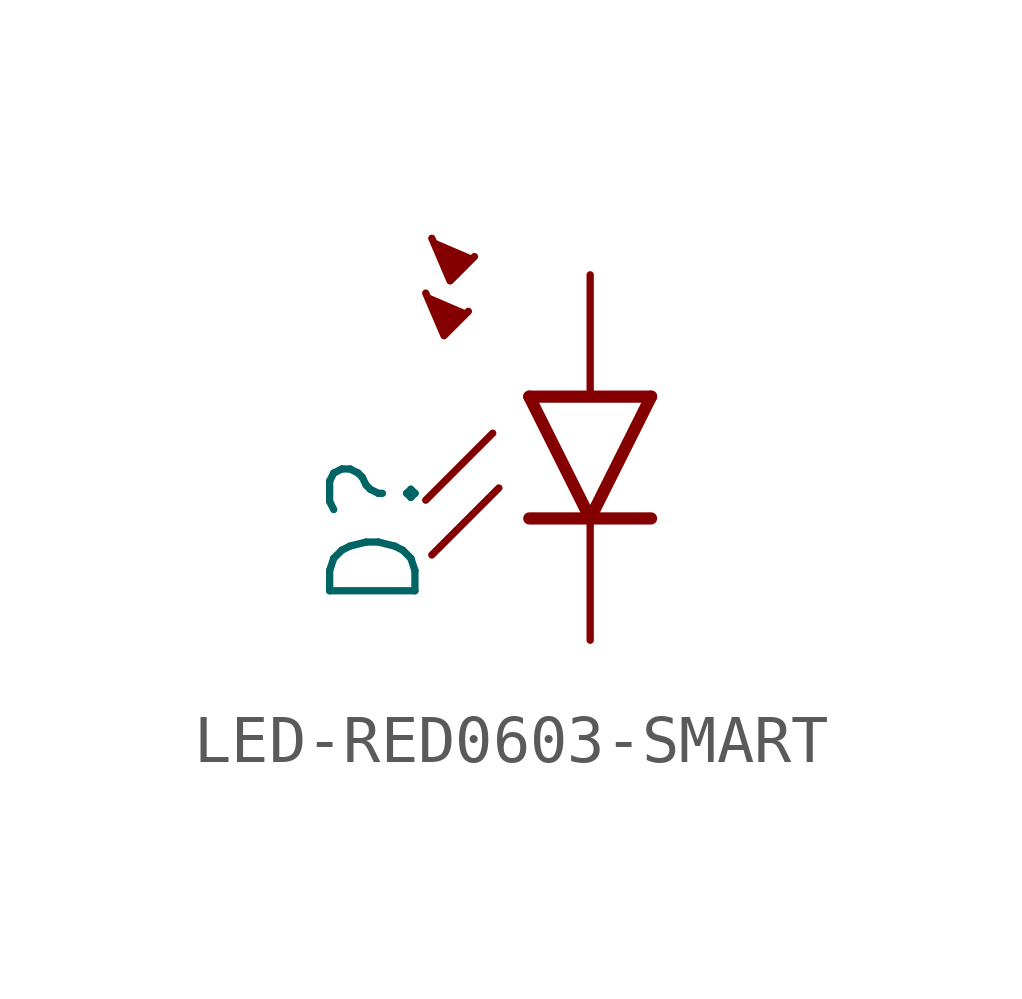
<source format=kicad_sym>
(kicad_symbol_lib
  (version 20241209)
  (generator "kicad_symbol_editor")
  (generator_version "9.0")
  (symbol "LED-RED0603-SMART"
    (property "Reference" "D"
      (at -3.429 -4.572 90)
      (effects (font (size 1.778 1.778)) (justify left bottom)))
    (property "Value" ""
      (at 1.905 -4.572 90)
      (effects (font (size 1.778 1.778)) (justify left top)))
    (property "ki_locked" ""
      (at 0 0 0)
      (effects (font (size 1.27 1.27))))
    (symbol "LED-RED0603-SMART_1_0"
      (polyline (pts (xy -3.429 2.159) (xy -3.048 1.27) (xy -2.54 1.778)) (stroke (width 0.152) (type solid)) (fill (type outline)))
      (polyline (pts (xy -3.302 3.302) (xy -2.921 2.413) (xy -2.413 2.921)) (stroke (width 0.152) (type solid)) (fill (type outline)))
      (polyline (pts (xy -2.032 -0.762) (xy -3.429 -2.159)) (stroke (width 0.152) (type solid)) (fill (type none)))
      (polyline (pts (xy -1.905 -1.905) (xy -3.302 -3.302)) (stroke (width 0.152) (type solid)) (fill (type none)))
      (polyline (pts (xy 0 -2.54) (xy -1.27 0)) (stroke (width 0.254) (type solid)) (fill (type none)))
      (polyline (pts (xy 0 -2.54) (xy -1.27 -2.54)) (stroke (width 0.254) (type solid)) (fill (type none)))
      (polyline (pts (xy 1.27 0) (xy -1.27 0)) (stroke (width 0.254) (type solid)) (fill (type none)))
      (polyline (pts (xy 1.27 0) (xy 0 -2.54)) (stroke (width 0.254) (type solid)) (fill (type none)))
      (polyline (pts (xy 1.27 -2.54) (xy 0 -2.54)) (stroke (width 0.254) (type solid)) (fill (type none)))
      (pin passive line (at 0 2.54 270) (length 2.54) (name "A" (effects (font (size 0 0)))) (number "A" (effects (font (size 0 0)))))
      (pin passive line (at 0 -5.08 90) (length 2.54) (name "C" (effects (font (size 0 0)))) (number "C" (effects (font (size 0 0))))))))
</source>
